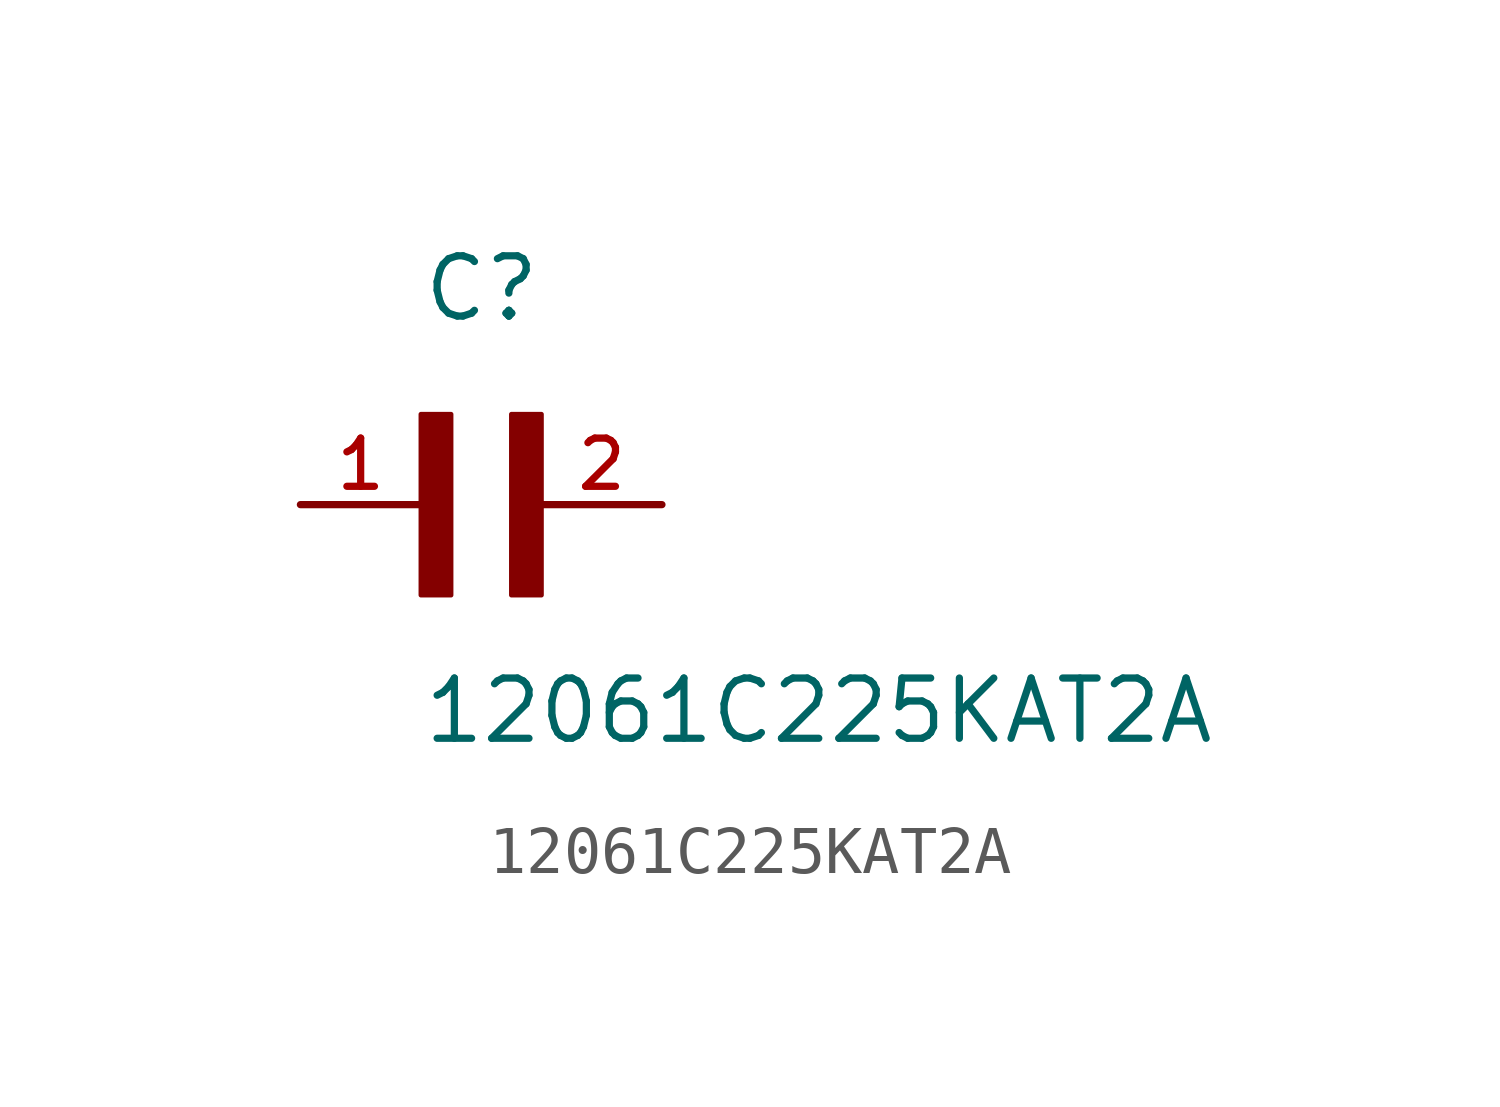
<source format=kicad_sym>
(kicad_symbol_lib
  (version 20211014)
  (generator kicad_symbol_editor)
  (symbol "12061C225KAT2A"
    (pin_names
      (offset 1.016))
    (property "Reference" "C"
      (at 0.0 3.811 0)
      (effects (font (size 1.27 1.27)) (justify bottom left)))
    (property "Value" "12061C225KAT2A"
      (at 0.0 -5.088 0)
      (effects (font (size 1.27 1.27)) (justify bottom left)))
    (symbol "12061C225KAT2A_0_0"
      (rectangle (start 0.0 -1.907) (end 0.635 1.905) (stroke (width 0.1)) (fill (type outline)))
      (rectangle (start 1.907 -1.907) (end 2.54 1.905) (stroke (width 0.1)) (fill (type outline)))
      (pin passive line (at 5.08 0.0 180.0) (length 2.54) (name "~" (effects (font (size 1.016 1.016)))) (number "2" (effects (font (size 1.016 1.016)))))
      (pin passive line (at -2.54 0.0 0) (length 2.54) (name "~" (effects (font (size 1.016 1.016)))) (number "1" (effects (font (size 1.016 1.016))))))))
</source>
